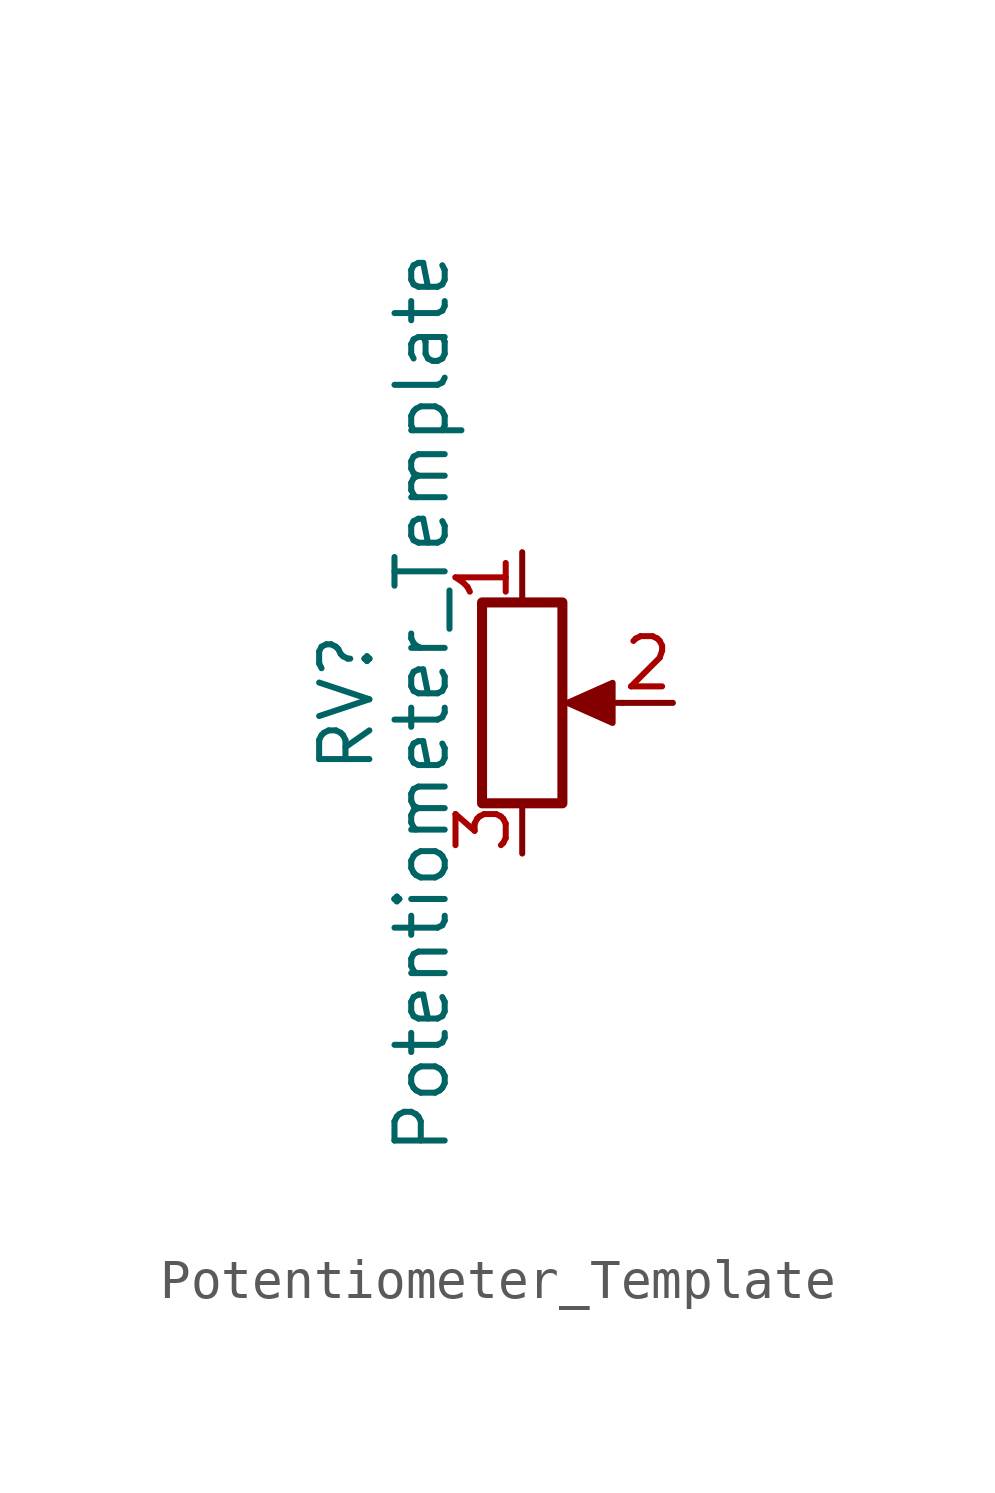
<source format=kicad_sym>
(kicad_symbol_lib
  (version 20241209)
  (generator "kicad_symbol_editor")
  (generator_version "9.0")
  (symbol "Potentiometer_Template"
    (pin_names
      (offset 1.016)
      (hide yes))
    (property "Reference" "RV"
      (at -4.445 0 90)
      (effects (font (size 1.27 1.27))))
    (property "Value" "Potentiometer_Template"
      (at -2.54 0 90)
      (effects (font (size 1.27 1.27))))
    (symbol "Potentiometer_Template_0_1"
      (rectangle (start 1.016 2.54) (end -1.016 -2.54) (stroke (width 0.254) (type default)) (fill (type none)))
      (polyline (pts (xy 1.143 0) (xy 2.286 0.508) (xy 2.286 -0.508) (xy 1.143 0)) (stroke (width 0) (type default)) (fill (type outline)))
      (polyline (pts (xy 2.54 0) (xy 1.524 0)) (stroke (width 0) (type default)) (fill (type none))))
    (symbol "Potentiometer_Template_1_1"
      (pin passive line (at 0 3.81 270) (length 1.27) (name "1" (effects (font (size 1.27 1.27)))) (number "1" (effects (font (size 1.27 1.27)))))
      (pin passive line (at 0 -3.81 90) (length 1.27) (name "3" (effects (font (size 1.27 1.27)))) (number "3" (effects (font (size 1.27 1.27)))))
      (pin passive line (at 3.81 0 180) (length 1.27) (name "2" (effects (font (size 1.27 1.27)))) (number "2" (effects (font (size 1.27 1.27))))))))
</source>
